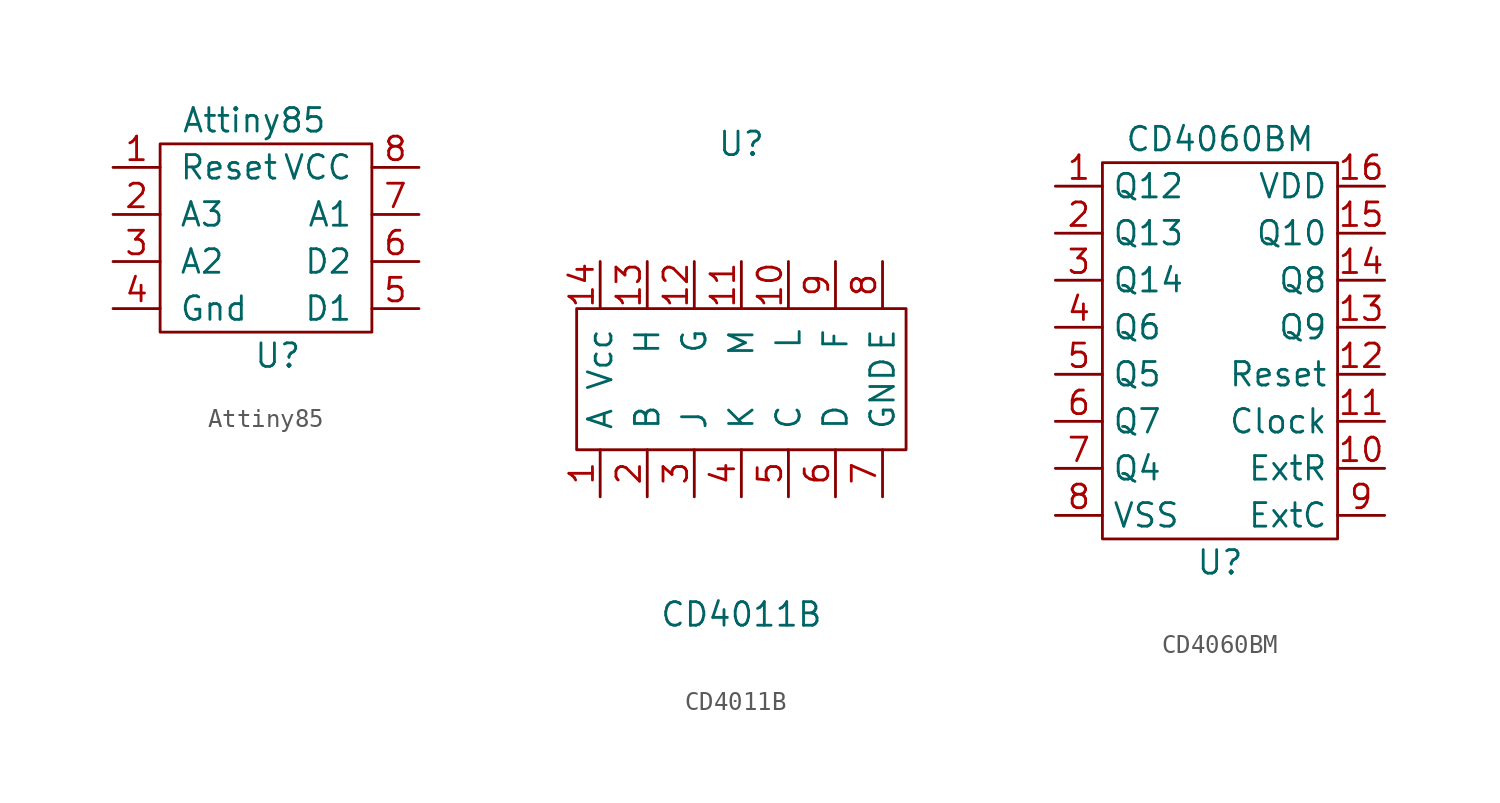
<source format=kicad_sym>
(kicad_symbol_lib
  (version 20211014)
  (generator kicad_symbol_editor)
  (symbol "Attiny85"
    (pin_names
      (offset 1.016))
    (property "Reference" "U"
      (at 1.27 -6.35 0)
      (effects (font (size 1.27 1.27))))
    (property "Value" "Attiny85"
      (at 0 6.35 0)
      (effects (font (size 1.27 1.27))))
    (symbol "Attiny85_0_1"
      (rectangle (start -5.08 5.08) (end 6.35 -5.08) (stroke (width 0) (type default) (color 0 0 0 0)) (fill (type none))))
    (symbol "Attiny85_1_1"
      (pin input line (at -7.62 3.81 0) (length 2.54) (name "Reset" (effects (font (size 1.27 1.27)))) (number "1" (effects (font (size 1.27 1.27)))))
      (pin bidirectional line (at -7.62 1.27 0) (length 2.54) (name "A3" (effects (font (size 1.27 1.27)))) (number "2" (effects (font (size 1.27 1.27)))))
      (pin bidirectional line (at -7.62 -1.27 0) (length 2.54) (name "A2" (effects (font (size 1.27 1.27)))) (number "3" (effects (font (size 1.27 1.27)))))
      (pin power_in line (at -7.62 -3.81 0) (length 2.54) (name "Gnd" (effects (font (size 1.27 1.27)))) (number "4" (effects (font (size 1.27 1.27)))))
      (pin bidirectional line (at 8.89 -3.81 180) (length 2.54) (name "D1" (effects (font (size 1.27 1.27)))) (number "5" (effects (font (size 1.27 1.27)))))
      (pin bidirectional line (at 8.89 -1.27 180) (length 2.54) (name "D2" (effects (font (size 1.27 1.27)))) (number "6" (effects (font (size 1.27 1.27)))))
      (pin bidirectional line (at 8.89 1.27 180) (length 2.54) (name "A1" (effects (font (size 1.27 1.27)))) (number "7" (effects (font (size 1.27 1.27)))))
      (pin power_in line (at 8.89 3.81 180) (length 2.54) (name "VCC" (effects (font (size 1.27 1.27)))) (number "8" (effects (font (size 1.27 1.27)))))))
  (symbol "CD4011B"
    (pin_names
      (offset 1.016))
    (property "Reference" "U"
      (at 0 12.7 0)
      (effects (font (size 1.27 1.27))))
    (property "Value" "CD4011B"
      (at 0 -12.7 0)
      (effects (font (size 1.27 1.27))))
    (symbol "CD4011B_0_1"
      (rectangle (start -8.89 3.81) (end 8.89 -3.81) (stroke (width 0) (type default) (color 0 0 0 0)) (fill (type none))))
    (symbol "CD4011B_1_1"
      (pin input line (at -7.62 -6.35 90) (length 2.54) (name "A" (effects (font (size 1.27 1.27)))) (number "1" (effects (font (size 1.27 1.27)))))
      (pin output line (at 2.54 6.35 270) (length 2.54) (name "L" (effects (font (size 1.27 1.27)))) (number "10" (effects (font (size 1.27 1.27)))))
      (pin output line (at 0 6.35 270) (length 2.54) (name "M" (effects (font (size 1.27 1.27)))) (number "11" (effects (font (size 1.27 1.27)))))
      (pin input line (at -2.54 6.35 270) (length 2.54) (name "G" (effects (font (size 1.27 1.27)))) (number "12" (effects (font (size 1.27 1.27)))))
      (pin input line (at -5.08 6.35 270) (length 2.54) (name "H" (effects (font (size 1.27 1.27)))) (number "13" (effects (font (size 1.27 1.27)))))
      (pin power_out line (at -7.62 6.35 270) (length 2.54) (name "Vcc" (effects (font (size 1.27 1.27)))) (number "14" (effects (font (size 1.27 1.27)))))
      (pin input line (at -5.08 -6.35 90) (length 2.54) (name "B" (effects (font (size 1.27 1.27)))) (number "2" (effects (font (size 1.27 1.27)))))
      (pin output line (at -2.54 -6.35 90) (length 2.54) (name "J" (effects (font (size 1.27 1.27)))) (number "3" (effects (font (size 1.27 1.27)))))
      (pin output line (at 0 -6.35 90) (length 2.54) (name "K" (effects (font (size 1.27 1.27)))) (number "4" (effects (font (size 1.27 1.27)))))
      (pin input line (at 2.54 -6.35 90) (length 2.54) (name "C" (effects (font (size 1.27 1.27)))) (number "5" (effects (font (size 1.27 1.27)))))
      (pin input line (at 5.08 -6.35 90) (length 2.54) (name "D" (effects (font (size 1.27 1.27)))) (number "6" (effects (font (size 1.27 1.27)))))
      (pin power_in line (at 7.62 -6.35 90) (length 2.54) (name "GND" (effects (font (size 1.27 1.27)))) (number "7" (effects (font (size 1.27 1.27)))))
      (pin input line (at 7.62 6.35 270) (length 2.54) (name "E" (effects (font (size 1.27 1.27)))) (number "8" (effects (font (size 1.27 1.27)))))
      (pin input line (at 5.08 6.35 270) (length 2.54) (name "F" (effects (font (size 1.27 1.27)))) (number "9" (effects (font (size 1.27 1.27)))))))
  (symbol "CD4060BM"
    (property "Reference" "U"
      (at 0 -11.43 0)
      (effects (font (size 1.27 1.27))))
    (property "Value" "CD4060BM"
      (at 0 11.43 0)
      (effects (font (size 1.27 1.27))))
    (symbol "CD4060BM_0_1"
      (rectangle (start -6.35 10.16) (end 6.35 -10.16) (stroke (width 0.152) (type default) (color 0 0 0 0)) (fill (type none))))
    (symbol "CD4060BM_1_1"
      (pin output line (at -8.89 8.89 0) (length 2.54) (name "Q12" (effects (font (size 1.27 1.27)))) (number "1" (effects (font (size 1.27 1.27)))))
      (pin input line (at 8.89 -6.35 180) (length 2.54) (name "ExtR" (effects (font (size 1.27 1.27)))) (number "10" (effects (font (size 1.27 1.27)))))
      (pin input line (at 8.89 -3.81 180) (length 2.54) (name "Clock" (effects (font (size 1.27 1.27)))) (number "11" (effects (font (size 1.27 1.27)))))
      (pin input line (at 8.89 -1.27 180) (length 2.54) (name "Reset" (effects (font (size 1.27 1.27)))) (number "12" (effects (font (size 1.27 1.27)))))
      (pin output line (at 8.89 1.27 180) (length 2.54) (name "Q9" (effects (font (size 1.27 1.27)))) (number "13" (effects (font (size 1.27 1.27)))))
      (pin output line (at 8.89 3.81 180) (length 2.54) (name "Q8" (effects (font (size 1.27 1.27)))) (number "14" (effects (font (size 1.27 1.27)))))
      (pin output line (at 8.89 6.35 180) (length 2.54) (name "Q10" (effects (font (size 1.27 1.27)))) (number "15" (effects (font (size 1.27 1.27)))))
      (pin power_in line (at 8.89 8.89 180) (length 2.54) (name "VDD" (effects (font (size 1.27 1.27)))) (number "16" (effects (font (size 1.27 1.27)))))
      (pin output line (at -8.89 6.35 0) (length 2.54) (name "Q13" (effects (font (size 1.27 1.27)))) (number "2" (effects (font (size 1.27 1.27)))))
      (pin output line (at -8.89 3.81 0) (length 2.54) (name "Q14" (effects (font (size 1.27 1.27)))) (number "3" (effects (font (size 1.27 1.27)))))
      (pin output line (at -8.89 1.27 0) (length 2.54) (name "Q6" (effects (font (size 1.27 1.27)))) (number "4" (effects (font (size 1.27 1.27)))))
      (pin output line (at -8.89 -1.27 0) (length 2.54) (name "Q5" (effects (font (size 1.27 1.27)))) (number "5" (effects (font (size 1.27 1.27)))))
      (pin output line (at -8.89 -3.81 0) (length 2.54) (name "Q7" (effects (font (size 1.27 1.27)))) (number "6" (effects (font (size 1.27 1.27)))))
      (pin output line (at -8.89 -6.35 0) (length 2.54) (name "Q4" (effects (font (size 1.27 1.27)))) (number "7" (effects (font (size 1.27 1.27)))))
      (pin power_in line (at -8.89 -8.89 0) (length 2.54) (name "VSS" (effects (font (size 1.27 1.27)))) (number "8" (effects (font (size 1.27 1.27)))))
      (pin input line (at 8.89 -8.89 180) (length 2.54) (name "ExtC" (effects (font (size 1.27 1.27)))) (number "9" (effects (font (size 1.27 1.27))))))))
</source>
